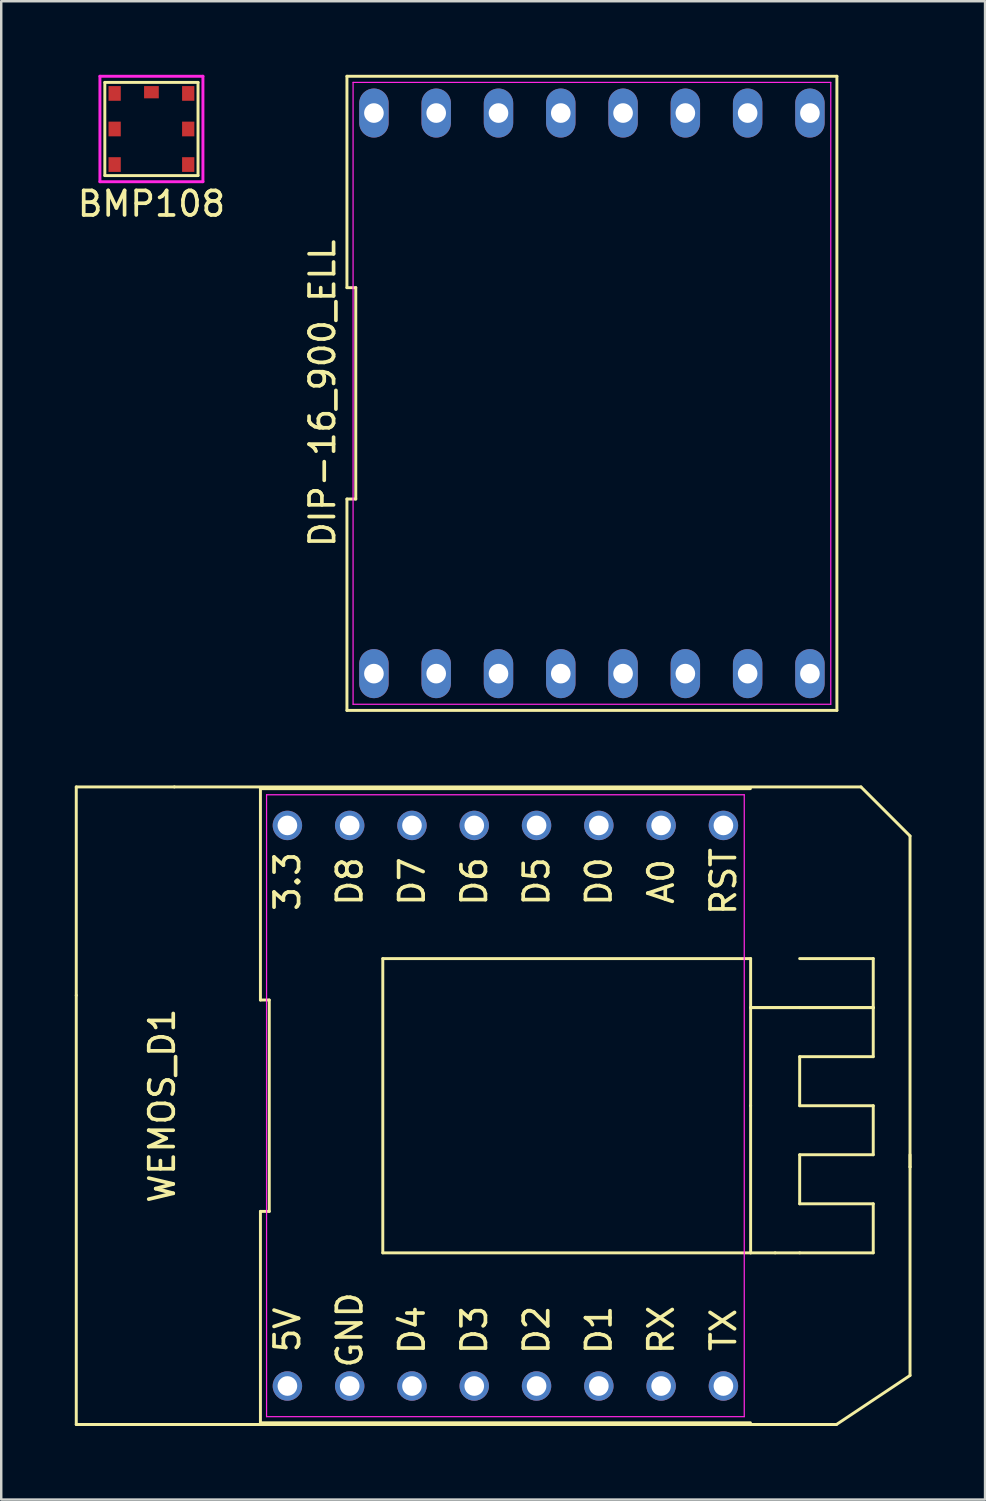
<source format=kicad_pcb>
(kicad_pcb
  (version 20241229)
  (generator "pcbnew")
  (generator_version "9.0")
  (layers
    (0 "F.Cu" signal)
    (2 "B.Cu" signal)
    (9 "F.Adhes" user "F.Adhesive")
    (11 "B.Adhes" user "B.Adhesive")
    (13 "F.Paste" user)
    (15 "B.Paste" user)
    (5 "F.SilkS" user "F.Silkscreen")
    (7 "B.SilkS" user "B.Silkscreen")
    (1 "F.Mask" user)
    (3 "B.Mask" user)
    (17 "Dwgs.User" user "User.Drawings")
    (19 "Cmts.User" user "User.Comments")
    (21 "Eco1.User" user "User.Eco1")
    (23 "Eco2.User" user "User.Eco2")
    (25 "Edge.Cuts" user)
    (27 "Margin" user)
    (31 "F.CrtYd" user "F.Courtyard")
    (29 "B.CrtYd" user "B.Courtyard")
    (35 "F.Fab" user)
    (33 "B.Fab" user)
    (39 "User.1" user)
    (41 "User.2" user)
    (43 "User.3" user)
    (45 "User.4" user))
  (footprint "BMP108"
    (layer "F.Cu")
    (at 3.125 2.21)
    (property "Reference" "BMP108" (at 0 3.05 0) (layer "F.SilkS") (effects (font (size 1 1) (thickness 0.15))))
    (attr through_hole)
    (fp_line (start -1.9 -1.9) (end 1.9 -1.9) (stroke (width 0.12) (type solid)) (layer "F.SilkS"))
    (fp_line (start -1.9 1.9) (end -1.9 -1.9) (stroke (width 0.12) (type solid)) (layer "F.SilkS"))
    (fp_line (start 1.9 -1.9) (end 1.9 1.9) (stroke (width 0.12) (type solid)) (layer "F.SilkS"))
    (fp_line (start 1.9 1.9) (end -1.9 1.9) (stroke (width 0.12) (type solid)) (layer "F.SilkS"))
    (fp_line (start -2.1 -2.15) (end 2.1 -2.15) (stroke (width 0.12) (type solid)) (layer "F.CrtYd"))
    (fp_line (start -2.1 2.15) (end -2.1 -2.15) (stroke (width 0.12) (type solid)) (layer "F.CrtYd"))
    (fp_line (start 2.1 -2.15) (end 2.1 2.15) (stroke (width 0.12) (type solid)) (layer "F.CrtYd"))
    (fp_line (start 2.1 2.15) (end -2.1 2.15) (stroke (width 0.12) (type solid)) (layer "F.CrtYd"))
    (pad "1" smd rect (at -1.5 -1.45 90) (size 0.6 0.5) (layers "F.Cu" "F.Mask" "F.Paste"))
    (pad "2" smd rect (at -1.5 0 90) (size 0.6 0.5) (layers "F.Cu" "F.Mask" "F.Paste"))
    (pad "3" smd rect (at -1.5 1.45 90) (size 0.6 0.5) (layers "F.Cu" "F.Mask" "F.Paste"))
    (pad "4" smd rect (at 1.5 1.45 90) (size 0.6 0.5) (layers "F.Cu" "F.Mask" "F.Paste"))
    (pad "5" smd rect (at 1.5 0 90) (size 0.6 0.5) (layers "F.Cu" "F.Mask" "F.Paste"))
    (pad "7" smd rect (at 0 -1.5) (size 0.6 0.5) (layers "F.Cu" "F.Mask" "F.Paste"))
    (pad "8" smd rect (at 1.5 -1.45 90) (size 0.6 0.5) (layers "F.Cu" "F.Mask" "F.Paste")))
  (footprint "WEMOS_D1"
    (layer "F.Cu")
    (at 17.56 42.04)
    (property "Reference" "WEMOS_D1" (at -14 0 270) (layer "F.SilkS") (effects (font (size 1 1) (thickness 0.15))))
    (attr through_hole)
    (fp_line (start -17.5 -13) (end -13.5 -13) (stroke (width 0.12) (type solid)) (layer "F.SilkS"))
    (fp_line (start -17.5 -4.5) (end -17.5 -13) (stroke (width 0.12) (type solid)) (layer "F.SilkS"))
    (fp_line (start -17.5 -4.5) (end -17.5 13) (stroke (width 0.12) (type solid)) (layer "F.SilkS"))
    (fp_line (start -17.5 13) (end -13.5 13) (stroke (width 0.12) (type solid)) (layer "F.SilkS"))
    (fp_line (start -13.5 -13) (end 14.5 -13) (stroke (width 0.12) (type solid)) (layer "F.SilkS"))
    (fp_line (start -13.5 13) (end 13.5 13) (stroke (width 0.12) (type solid)) (layer "F.SilkS"))
    (fp_line (start -9.99 -12.93) (end -9.99 -4.31) (stroke (width 0.12) (type solid)) (layer "F.SilkS"))
    (fp_line (start -9.99 -4.31) (end -9.63 -4.31) (stroke (width 0.12) (type solid)) (layer "F.SilkS"))
    (fp_line (start -9.99 4.31) (end -9.99 12.93) (stroke (width 0.12) (type solid)) (layer "F.SilkS"))
    (fp_line (start -9.99 12.93) (end 9.99 12.93) (stroke (width 0.12) (type solid)) (layer "F.SilkS"))
    (fp_line (start -9.63 -4.31) (end -9.63 4.31) (stroke (width 0.12) (type solid)) (layer "F.SilkS"))
    (fp_line (start -9.63 4.31) (end -9.99 4.31) (stroke (width 0.12) (type solid)) (layer "F.SilkS"))
    (fp_line (start -5 -6) (end -5 6) (stroke (width 0.12) (type solid)) (layer "F.SilkS"))
    (fp_line (start -5 6) (end 10 6) (stroke (width 0.12) (type solid)) (layer "F.SilkS"))
    (fp_line (start 9.99 -12.93) (end -9.99 -12.93) (stroke (width 0.12) (type solid)) (layer "F.SilkS"))
    (fp_line (start 10 -6) (end -5 -6) (stroke (width 0.12) (type solid)) (layer "F.SilkS"))
    (fp_line (start 10 -4) (end 12 -4) (stroke (width 0.12) (type solid)) (layer "F.SilkS"))
    (fp_line (start 10 0) (end 10 -6) (stroke (width 0.12) (type solid)) (layer "F.SilkS"))
    (fp_line (start 10 6) (end 10 0) (stroke (width 0.12) (type solid)) (layer "F.SilkS"))
    (fp_line (start 11 6) (end 10 6) (stroke (width 0.12) (type solid)) (layer "F.SilkS"))
    (fp_line (start 12 -4) (end 15 -4) (stroke (width 0.12) (type solid)) (layer "F.SilkS"))
    (fp_line (start 12 -2) (end 15 -2) (stroke (width 0.12) (type solid)) (layer "F.SilkS"))
    (fp_line (start 12 0) (end 12 -2) (stroke (width 0.12) (type solid)) (layer "F.SilkS"))
    (fp_line (start 12 0) (end 15 0) (stroke (width 0.12) (type solid)) (layer "F.SilkS"))
    (fp_line (start 12 2) (end 12 4) (stroke (width 0.12) (type solid)) (layer "F.SilkS"))
    (fp_line (start 12 4) (end 15 4) (stroke (width 0.12) (type solid)) (layer "F.SilkS"))
    (fp_line (start 12 6) (end 11 6) (stroke (width 0.12) (type solid)) (layer "F.SilkS"))
    (fp_line (start 13.5 13) (end 16.5 11) (stroke (width 0.12) (type solid)) (layer "F.SilkS"))
    (fp_line (start 14.5 -13) (end 16.5 -11) (stroke (width 0.12) (type solid)) (layer "F.SilkS"))
    (fp_line (start 15 -6) (end 12 -6) (stroke (width 0.12) (type solid)) (layer "F.SilkS"))
    (fp_line (start 15 -4) (end 10 -4) (stroke (width 0.12) (type solid)) (layer "F.SilkS"))
    (fp_line (start 15 -4) (end 15 -6) (stroke (width 0.12) (type solid)) (layer "F.SilkS"))
    (fp_line (start 15 -2) (end 15 -4) (stroke (width 0.12) (type solid)) (layer "F.SilkS"))
    (fp_line (start 15 0) (end 15 2) (stroke (width 0.12) (type solid)) (layer "F.SilkS"))
    (fp_line (start 15 2) (end 12 2) (stroke (width 0.12) (type solid)) (layer "F.SilkS"))
    (fp_line (start 15 4) (end 15 6) (stroke (width 0.12) (type solid)) (layer "F.SilkS"))
    (fp_line (start 15 6) (end 12 6) (stroke (width 0.12) (type solid)) (layer "F.SilkS"))
    (fp_line (start 16.5 -11) (end 16.5 2.5) (stroke (width 0.12) (type solid)) (layer "F.SilkS"))
    (fp_line (start 16.5 2.5) (end 16.5 2) (stroke (width 0.12) (type solid)) (layer "F.SilkS"))
    (fp_line (start 16.5 11) (end 16.5 2.5) (stroke (width 0.12) (type solid)) (layer "F.SilkS"))
    (fp_line (start -9.74 -12.68) (end 9.74 -12.68) (stroke (width 0.05) (type solid)) (layer "F.CrtYd"))
    (fp_line (start -9.74 12.68) (end -9.74 -12.68) (stroke (width 0.05) (type solid)) (layer "F.CrtYd"))
    (fp_line (start 9.74 -12.68) (end 9.74 12.68) (stroke (width 0.05) (type solid)) (layer "F.CrtYd"))
    (fp_line (start 9.74 12.68) (end -9.74 12.68) (stroke (width 0.05) (type solid)) (layer "F.CrtYd"))
    (fp_text user "D4" (at -3.81 9.144 90) (layer "F.SilkS") (effects (font (size 1 1) (thickness 0.15))))
    (fp_text user "D6" (at -1.27 -9.144 90) (layer "F.SilkS") (effects (font (size 1 1) (thickness 0.15))))
    (fp_text user "D2" (at 1.27 9.144 90) (layer "F.SilkS") (effects (font (size 1 1) (thickness 0.15))))
    (fp_text user "RST" (at 8.89 -9.144 90) (layer "F.SilkS") (effects (font (size 1 1) (thickness 0.15))))
    (fp_text user "RX" (at 6.35 9.144 90) (layer "F.SilkS") (effects (font (size 1 1) (thickness 0.15))))
    (fp_text user "D5" (at 1.27 -9.144 90) (layer "F.SilkS") (effects (font (size 1 1) (thickness 0.15))))
    (fp_text user "A0" (at 6.35 -9.144 90) (layer "F.SilkS") (effects (font (size 1 1) (thickness 0.15))))
    (fp_text user "TX" (at 8.89 9.144 90) (layer "F.SilkS") (effects (font (size 1 1) (thickness 0.15))))
    (fp_text user "3.3" (at -8.89 -9.144 90) (layer "F.SilkS") (effects (font (size 1 1) (thickness 0.15))))
    (fp_text user "GND" (at -6.35 9.144 270) (layer "F.SilkS") (effects (font (size 1 1) (thickness 0.15))))
    (fp_text user "D1" (at 3.81 9.144 90) (layer "F.SilkS") (effects (font (size 1 1) (thickness 0.15))))
    (fp_text user "D3" (at -1.27 9.144 90) (layer "F.SilkS") (effects (font (size 1 1) (thickness 0.15))))
    (fp_text user "D8" (at -6.35 -9.144 90) (layer "F.SilkS") (effects (font (size 1 1) (thickness 0.15))))
    (fp_text user "D0" (at 3.81 -9.144 90) (layer "F.SilkS") (effects (font (size 1 1) (thickness 0.15))))
    (fp_text user "D7" (at -3.81 -9.144 90) (layer "F.SilkS") (effects (font (size 1 1) (thickness 0.15))))
    (fp_text user "5V" (at -8.89 9.144 270) (layer "F.SilkS") (effects (font (size 1 1) (thickness 0.15))))
    (pad "1" thru_hole circle (at -8.89 11.43) (size 1.2 1.2) (drill 0.8) (layers "*.Cu" "*.Mask"))
    (pad "2" thru_hole circle (at -6.35 11.43) (size 1.2 1.2) (drill 0.8) (layers "*.Cu" "*.Mask"))
    (pad "3" thru_hole circle (at -3.81 11.43) (size 1.2 1.2) (drill 0.8) (layers "*.Cu" "*.Mask"))
    (pad "4" thru_hole circle (at -1.27 11.43) (size 1.2 1.2) (drill 0.8) (layers "*.Cu" "*.Mask"))
    (pad "5" thru_hole circle (at 1.27 11.43) (size 1.2 1.2) (drill 0.8) (layers "*.Cu" "*.Mask"))
    (pad "6" thru_hole circle (at 3.81 11.43) (size 1.2 1.2) (drill 0.8) (layers "*.Cu" "*.Mask"))
    (pad "7" thru_hole circle (at 6.35 11.43) (size 1.2 1.2) (drill 0.8) (layers "*.Cu" "*.Mask"))
    (pad "8" thru_hole circle (at 8.89 11.43) (size 1.2 1.2) (drill 0.8) (layers "*.Cu" "*.Mask"))
    (pad "9" thru_hole circle (at 8.89 -11.43) (size 1.2 1.2) (drill 0.8) (layers "*.Cu" "*.Mask"))
    (pad "10" thru_hole circle (at 6.35 -11.43) (size 1.2 1.2) (drill 0.8) (layers "*.Cu" "*.Mask"))
    (pad "11" thru_hole circle (at 3.81 -11.43) (size 1.2 1.2) (drill 0.8) (layers "*.Cu" "*.Mask"))
    (pad "12" thru_hole circle (at 1.27 -11.43) (size 1.2 1.2) (drill 0.8) (layers "*.Cu" "*.Mask"))
    (pad "13" thru_hole circle (at -1.27 -11.43) (size 1.2 1.2) (drill 0.8) (layers "*.Cu" "*.Mask"))
    (pad "14" thru_hole circle (at -3.81 -11.43) (size 1.2 1.2) (drill 0.8) (layers "*.Cu" "*.Mask"))
    (pad "15" thru_hole circle (at -6.35 -11.43) (size 1.2 1.2) (drill 0.8) (layers "*.Cu" "*.Mask"))
    (pad "16" thru_hole circle (at -8.89 -11.43) (size 1.2 1.2) (drill 0.8) (layers "*.Cu" "*.Mask")))
  (footprint "DIP-16_900_ELL"
    (layer "F.Cu")
    (at 21.088 12.99)
    (property "Reference" "DIP-16_900_ELL" (at -10.99 0 90) (layer "F.SilkS") (effects (font (size 1 1) (thickness 0.15))))
    (attr through_hole)
    (fp_line (start -9.99 -12.93) (end -9.99 -4.31) (stroke (width 0.12) (type solid)) (layer "F.SilkS"))
    (fp_line (start -9.99 -4.31) (end -9.63 -4.31) (stroke (width 0.12) (type solid)) (layer "F.SilkS"))
    (fp_line (start -9.99 4.31) (end -9.99 12.93) (stroke (width 0.12) (type solid)) (layer "F.SilkS"))
    (fp_line (start -9.99 12.93) (end 9.99 12.93) (stroke (width 0.12) (type solid)) (layer "F.SilkS"))
    (fp_line (start -9.63 -4.31) (end -9.63 4.31) (stroke (width 0.12) (type solid)) (layer "F.SilkS"))
    (fp_line (start -9.63 4.31) (end -9.99 4.31) (stroke (width 0.12) (type solid)) (layer "F.SilkS"))
    (fp_line (start 9.99 -12.93) (end -9.99 -12.93) (stroke (width 0.12) (type solid)) (layer "F.SilkS"))
    (fp_line (start 9.99 12.93) (end 9.99 -12.93) (stroke (width 0.12) (type solid)) (layer "F.SilkS"))
    (fp_line (start -9.74 -12.68) (end 9.74 -12.68) (stroke (width 0.05) (type solid)) (layer "F.CrtYd"))
    (fp_line (start -9.74 12.68) (end -9.74 -12.68) (stroke (width 0.05) (type solid)) (layer "F.CrtYd"))
    (fp_line (start 9.74 -12.68) (end 9.74 12.68) (stroke (width 0.05) (type solid)) (layer "F.CrtYd"))
    (fp_line (start 9.74 12.68) (end -9.74 12.68) (stroke (width 0.05) (type solid)) (layer "F.CrtYd"))
    (pad "1" thru_hole oval (at -8.89 11.43) (size 1.2 2) (drill 0.8) (layers "*.Cu" "*.Mask"))
    (pad "2" thru_hole oval (at -6.35 11.43) (size 1.2 2) (drill 0.8) (layers "*.Cu" "*.Mask"))
    (pad "3" thru_hole oval (at -3.81 11.43) (size 1.2 2) (drill 0.8) (layers "*.Cu" "*.Mask"))
    (pad "4" thru_hole oval (at -1.27 11.43) (size 1.2 2) (drill 0.8) (layers "*.Cu" "*.Mask"))
    (pad "5" thru_hole oval (at 1.27 11.43) (size 1.2 2) (drill 0.8) (layers "*.Cu" "*.Mask"))
    (pad "6" thru_hole oval (at 3.81 11.43) (size 1.2 2) (drill 0.8) (layers "*.Cu" "*.Mask"))
    (pad "7" thru_hole oval (at 6.35 11.43) (size 1.2 2) (drill 0.8) (layers "*.Cu" "*.Mask"))
    (pad "8" thru_hole oval (at 8.89 11.43) (size 1.2 2) (drill 0.8) (layers "*.Cu" "*.Mask"))
    (pad "9" thru_hole oval (at 8.89 -11.43) (size 1.2 2) (drill 0.8) (layers "*.Cu" "*.Mask"))
    (pad "10" thru_hole oval (at 6.35 -11.43) (size 1.2 2) (drill 0.8) (layers "*.Cu" "*.Mask"))
    (pad "11" thru_hole oval (at 3.81 -11.43) (size 1.2 2) (drill 0.8) (layers "*.Cu" "*.Mask"))
    (pad "12" thru_hole oval (at 1.27 -11.43) (size 1.2 2) (drill 0.8) (layers "*.Cu" "*.Mask"))
    (pad "13" thru_hole oval (at -1.27 -11.43) (size 1.2 2) (drill 0.8) (layers "*.Cu" "*.Mask"))
    (pad "14" thru_hole oval (at -3.81 -11.43) (size 1.2 2) (drill 0.8) (layers "*.Cu" "*.Mask"))
    (pad "15" thru_hole oval (at -6.35 -11.43) (size 1.2 2) (drill 0.8) (layers "*.Cu" "*.Mask"))
    (pad "16" thru_hole oval (at -8.89 -11.43) (size 1.2 2) (drill 0.8) (layers "*.Cu" "*.Mask")))
  (gr_rect
    (start -3 -3)
    (end 37.12 58.1)
    (stroke (width 0.1) (type default))
    (fill no)
    (layer "Edge.Cuts")))
</source>
